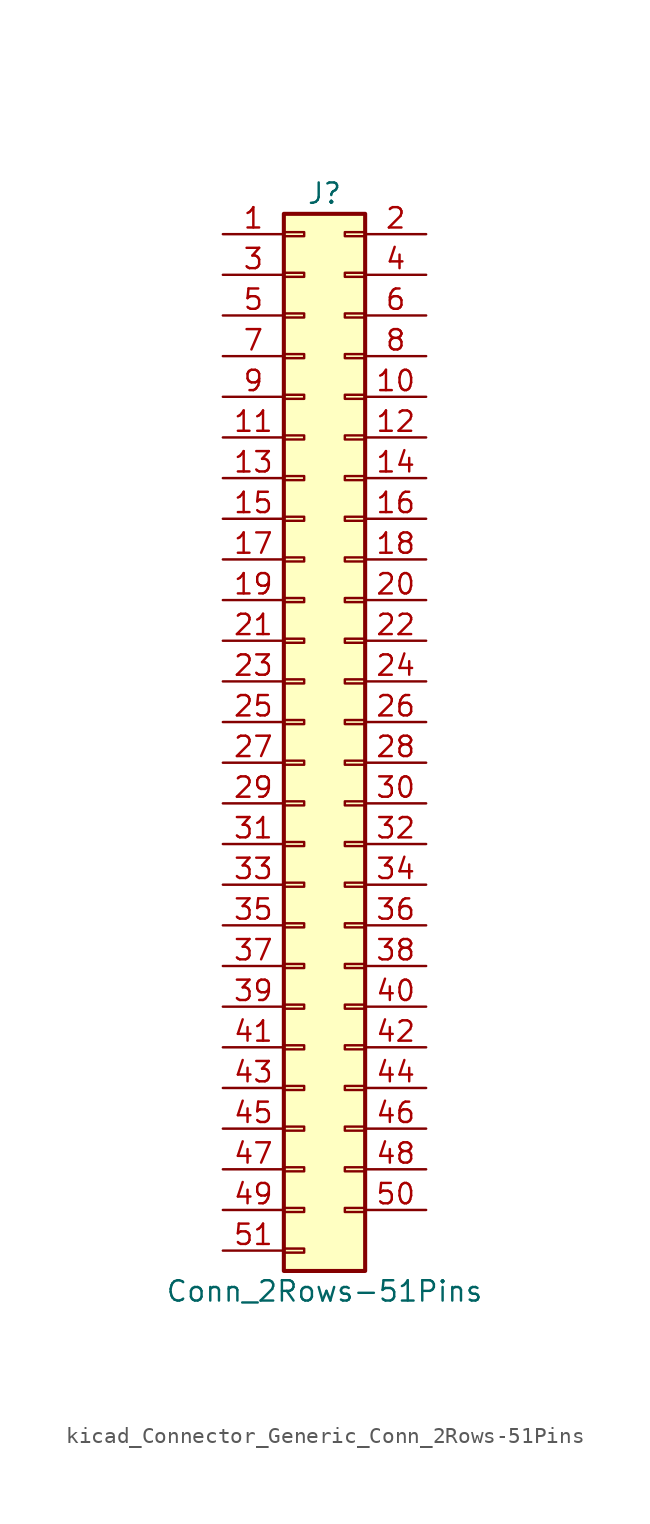
<source format=kicad_sym>
(kicad_symbol_lib
  (version 20220914)
  (generator kicad_symbol_editor)
  (symbol "kicad_Connector_Generic_Conn_2Rows-51Pins"
    (pin_names
      (offset 1.016) hide)
    (property "Reference" "J"
      (at 1.27 33.02 0)
      (effects (font (size 1.27 1.27))))
    (property "Value" "Conn_2Rows-51Pins"
      (at 1.27 -35.56 0)
      (effects (font (size 1.27 1.27))))
    (symbol "kicad_Connector_Generic_Conn_2Rows-51Pins_1_1"
      (rectangle (start -1.27 -32.893) (end 0 -33.147) (stroke (width 0.152) (type default)) (fill (type none)))
      (rectangle (start -1.27 -30.353) (end 0 -30.607) (stroke (width 0.152) (type default)) (fill (type none)))
      (rectangle (start -1.27 -27.813) (end 0 -28.067) (stroke (width 0.152) (type default)) (fill (type none)))
      (rectangle (start -1.27 -25.273) (end 0 -25.527) (stroke (width 0.152) (type default)) (fill (type none)))
      (rectangle (start -1.27 -22.733) (end 0 -22.987) (stroke (width 0.152) (type default)) (fill (type none)))
      (rectangle (start -1.27 -20.193) (end 0 -20.447) (stroke (width 0.152) (type default)) (fill (type none)))
      (rectangle (start -1.27 -17.653) (end 0 -17.907) (stroke (width 0.152) (type default)) (fill (type none)))
      (rectangle (start -1.27 -15.113) (end 0 -15.367) (stroke (width 0.152) (type default)) (fill (type none)))
      (rectangle (start -1.27 -12.573) (end 0 -12.827) (stroke (width 0.152) (type default)) (fill (type none)))
      (rectangle (start -1.27 -10.033) (end 0 -10.287) (stroke (width 0.152) (type default)) (fill (type none)))
      (rectangle (start -1.27 -7.493) (end 0 -7.747) (stroke (width 0.152) (type default)) (fill (type none)))
      (rectangle (start -1.27 -4.953) (end 0 -5.207) (stroke (width 0.152) (type default)) (fill (type none)))
      (rectangle (start -1.27 -2.413) (end 0 -2.667) (stroke (width 0.152) (type default)) (fill (type none)))
      (rectangle (start -1.27 0.127) (end 0 -0.127) (stroke (width 0.152) (type default)) (fill (type none)))
      (rectangle (start -1.27 2.667) (end 0 2.413) (stroke (width 0.152) (type default)) (fill (type none)))
      (rectangle (start -1.27 5.207) (end 0 4.953) (stroke (width 0.152) (type default)) (fill (type none)))
      (rectangle (start -1.27 7.747) (end 0 7.493) (stroke (width 0.152) (type default)) (fill (type none)))
      (rectangle (start -1.27 10.287) (end 0 10.033) (stroke (width 0.152) (type default)) (fill (type none)))
      (rectangle (start -1.27 12.827) (end 0 12.573) (stroke (width 0.152) (type default)) (fill (type none)))
      (rectangle (start -1.27 15.367) (end 0 15.113) (stroke (width 0.152) (type default)) (fill (type none)))
      (rectangle (start -1.27 17.907) (end 0 17.653) (stroke (width 0.152) (type default)) (fill (type none)))
      (rectangle (start -1.27 20.447) (end 0 20.193) (stroke (width 0.152) (type default)) (fill (type none)))
      (rectangle (start -1.27 22.987) (end 0 22.733) (stroke (width 0.152) (type default)) (fill (type none)))
      (rectangle (start -1.27 25.527) (end 0 25.273) (stroke (width 0.152) (type default)) (fill (type none)))
      (rectangle (start -1.27 28.067) (end 0 27.813) (stroke (width 0.152) (type default)) (fill (type none)))
      (rectangle (start -1.27 30.607) (end 0 30.353) (stroke (width 0.152) (type default)) (fill (type none)))
      (rectangle (start -1.27 31.75) (end 3.81 -34.29) (stroke (width 0.254) (type default)) (fill (type background)))
      (rectangle (start 3.81 -30.353) (end 2.54 -30.607) (stroke (width 0.152) (type default)) (fill (type none)))
      (rectangle (start 3.81 -27.813) (end 2.54 -28.067) (stroke (width 0.152) (type default)) (fill (type none)))
      (rectangle (start 3.81 -25.273) (end 2.54 -25.527) (stroke (width 0.152) (type default)) (fill (type none)))
      (rectangle (start 3.81 -22.733) (end 2.54 -22.987) (stroke (width 0.152) (type default)) (fill (type none)))
      (rectangle (start 3.81 -20.193) (end 2.54 -20.447) (stroke (width 0.152) (type default)) (fill (type none)))
      (rectangle (start 3.81 -17.653) (end 2.54 -17.907) (stroke (width 0.152) (type default)) (fill (type none)))
      (rectangle (start 3.81 -15.113) (end 2.54 -15.367) (stroke (width 0.152) (type default)) (fill (type none)))
      (rectangle (start 3.81 -12.573) (end 2.54 -12.827) (stroke (width 0.152) (type default)) (fill (type none)))
      (rectangle (start 3.81 -10.033) (end 2.54 -10.287) (stroke (width 0.152) (type default)) (fill (type none)))
      (rectangle (start 3.81 -7.493) (end 2.54 -7.747) (stroke (width 0.152) (type default)) (fill (type none)))
      (rectangle (start 3.81 -4.953) (end 2.54 -5.207) (stroke (width 0.152) (type default)) (fill (type none)))
      (rectangle (start 3.81 -2.413) (end 2.54 -2.667) (stroke (width 0.152) (type default)) (fill (type none)))
      (rectangle (start 3.81 0.127) (end 2.54 -0.127) (stroke (width 0.152) (type default)) (fill (type none)))
      (rectangle (start 3.81 2.667) (end 2.54 2.413) (stroke (width 0.152) (type default)) (fill (type none)))
      (rectangle (start 3.81 5.207) (end 2.54 4.953) (stroke (width 0.152) (type default)) (fill (type none)))
      (rectangle (start 3.81 7.747) (end 2.54 7.493) (stroke (width 0.152) (type default)) (fill (type none)))
      (rectangle (start 3.81 10.287) (end 2.54 10.033) (stroke (width 0.152) (type default)) (fill (type none)))
      (rectangle (start 3.81 12.827) (end 2.54 12.573) (stroke (width 0.152) (type default)) (fill (type none)))
      (rectangle (start 3.81 15.367) (end 2.54 15.113) (stroke (width 0.152) (type default)) (fill (type none)))
      (rectangle (start 3.81 17.907) (end 2.54 17.653) (stroke (width 0.152) (type default)) (fill (type none)))
      (rectangle (start 3.81 20.447) (end 2.54 20.193) (stroke (width 0.152) (type default)) (fill (type none)))
      (rectangle (start 3.81 22.987) (end 2.54 22.733) (stroke (width 0.152) (type default)) (fill (type none)))
      (rectangle (start 3.81 25.527) (end 2.54 25.273) (stroke (width 0.152) (type default)) (fill (type none)))
      (rectangle (start 3.81 28.067) (end 2.54 27.813) (stroke (width 0.152) (type default)) (fill (type none)))
      (rectangle (start 3.81 30.607) (end 2.54 30.353) (stroke (width 0.152) (type default)) (fill (type none)))
      (pin passive line (at -5.08 30.48 0) (length 3.81) (name "Pin_1" (effects (font (size 1.27 1.27)))) (number "1" (effects (font (size 1.27 1.27)))))
      (pin passive line (at 7.62 20.32 180) (length 3.81) (name "Pin_10" (effects (font (size 1.27 1.27)))) (number "10" (effects (font (size 1.27 1.27)))))
      (pin passive line (at -5.08 17.78 0) (length 3.81) (name "Pin_11" (effects (font (size 1.27 1.27)))) (number "11" (effects (font (size 1.27 1.27)))))
      (pin passive line (at 7.62 17.78 180) (length 3.81) (name "Pin_12" (effects (font (size 1.27 1.27)))) (number "12" (effects (font (size 1.27 1.27)))))
      (pin passive line (at -5.08 15.24 0) (length 3.81) (name "Pin_13" (effects (font (size 1.27 1.27)))) (number "13" (effects (font (size 1.27 1.27)))))
      (pin passive line (at 7.62 15.24 180) (length 3.81) (name "Pin_14" (effects (font (size 1.27 1.27)))) (number "14" (effects (font (size 1.27 1.27)))))
      (pin passive line (at -5.08 12.7 0) (length 3.81) (name "Pin_15" (effects (font (size 1.27 1.27)))) (number "15" (effects (font (size 1.27 1.27)))))
      (pin passive line (at 7.62 12.7 180) (length 3.81) (name "Pin_16" (effects (font (size 1.27 1.27)))) (number "16" (effects (font (size 1.27 1.27)))))
      (pin passive line (at -5.08 10.16 0) (length 3.81) (name "Pin_17" (effects (font (size 1.27 1.27)))) (number "17" (effects (font (size 1.27 1.27)))))
      (pin passive line (at 7.62 10.16 180) (length 3.81) (name "Pin_18" (effects (font (size 1.27 1.27)))) (number "18" (effects (font (size 1.27 1.27)))))
      (pin passive line (at -5.08 7.62 0) (length 3.81) (name "Pin_19" (effects (font (size 1.27 1.27)))) (number "19" (effects (font (size 1.27 1.27)))))
      (pin passive line (at 7.62 30.48 180) (length 3.81) (name "Pin_2" (effects (font (size 1.27 1.27)))) (number "2" (effects (font (size 1.27 1.27)))))
      (pin passive line (at 7.62 7.62 180) (length 3.81) (name "Pin_20" (effects (font (size 1.27 1.27)))) (number "20" (effects (font (size 1.27 1.27)))))
      (pin passive line (at -5.08 5.08 0) (length 3.81) (name "Pin_21" (effects (font (size 1.27 1.27)))) (number "21" (effects (font (size 1.27 1.27)))))
      (pin passive line (at 7.62 5.08 180) (length 3.81) (name "Pin_22" (effects (font (size 1.27 1.27)))) (number "22" (effects (font (size 1.27 1.27)))))
      (pin passive line (at -5.08 2.54 0) (length 3.81) (name "Pin_23" (effects (font (size 1.27 1.27)))) (number "23" (effects (font (size 1.27 1.27)))))
      (pin passive line (at 7.62 2.54 180) (length 3.81) (name "Pin_24" (effects (font (size 1.27 1.27)))) (number "24" (effects (font (size 1.27 1.27)))))
      (pin passive line (at -5.08 0 0) (length 3.81) (name "Pin_25" (effects (font (size 1.27 1.27)))) (number "25" (effects (font (size 1.27 1.27)))))
      (pin passive line (at 7.62 0 180) (length 3.81) (name "Pin_26" (effects (font (size 1.27 1.27)))) (number "26" (effects (font (size 1.27 1.27)))))
      (pin passive line (at -5.08 -2.54 0) (length 3.81) (name "Pin_27" (effects (font (size 1.27 1.27)))) (number "27" (effects (font (size 1.27 1.27)))))
      (pin passive line (at 7.62 -2.54 180) (length 3.81) (name "Pin_28" (effects (font (size 1.27 1.27)))) (number "28" (effects (font (size 1.27 1.27)))))
      (pin passive line (at -5.08 -5.08 0) (length 3.81) (name "Pin_29" (effects (font (size 1.27 1.27)))) (number "29" (effects (font (size 1.27 1.27)))))
      (pin passive line (at -5.08 27.94 0) (length 3.81) (name "Pin_3" (effects (font (size 1.27 1.27)))) (number "3" (effects (font (size 1.27 1.27)))))
      (pin passive line (at 7.62 -5.08 180) (length 3.81) (name "Pin_30" (effects (font (size 1.27 1.27)))) (number "30" (effects (font (size 1.27 1.27)))))
      (pin passive line (at -5.08 -7.62 0) (length 3.81) (name "Pin_31" (effects (font (size 1.27 1.27)))) (number "31" (effects (font (size 1.27 1.27)))))
      (pin passive line (at 7.62 -7.62 180) (length 3.81) (name "Pin_32" (effects (font (size 1.27 1.27)))) (number "32" (effects (font (size 1.27 1.27)))))
      (pin passive line (at -5.08 -10.16 0) (length 3.81) (name "Pin_33" (effects (font (size 1.27 1.27)))) (number "33" (effects (font (size 1.27 1.27)))))
      (pin passive line (at 7.62 -10.16 180) (length 3.81) (name "Pin_34" (effects (font (size 1.27 1.27)))) (number "34" (effects (font (size 1.27 1.27)))))
      (pin passive line (at -5.08 -12.7 0) (length 3.81) (name "Pin_35" (effects (font (size 1.27 1.27)))) (number "35" (effects (font (size 1.27 1.27)))))
      (pin passive line (at 7.62 -12.7 180) (length 3.81) (name "Pin_36" (effects (font (size 1.27 1.27)))) (number "36" (effects (font (size 1.27 1.27)))))
      (pin passive line (at -5.08 -15.24 0) (length 3.81) (name "Pin_37" (effects (font (size 1.27 1.27)))) (number "37" (effects (font (size 1.27 1.27)))))
      (pin passive line (at 7.62 -15.24 180) (length 3.81) (name "Pin_38" (effects (font (size 1.27 1.27)))) (number "38" (effects (font (size 1.27 1.27)))))
      (pin passive line (at -5.08 -17.78 0) (length 3.81) (name "Pin_39" (effects (font (size 1.27 1.27)))) (number "39" (effects (font (size 1.27 1.27)))))
      (pin passive line (at 7.62 27.94 180) (length 3.81) (name "Pin_4" (effects (font (size 1.27 1.27)))) (number "4" (effects (font (size 1.27 1.27)))))
      (pin passive line (at 7.62 -17.78 180) (length 3.81) (name "Pin_40" (effects (font (size 1.27 1.27)))) (number "40" (effects (font (size 1.27 1.27)))))
      (pin passive line (at -5.08 -20.32 0) (length 3.81) (name "Pin_41" (effects (font (size 1.27 1.27)))) (number "41" (effects (font (size 1.27 1.27)))))
      (pin passive line (at 7.62 -20.32 180) (length 3.81) (name "Pin_42" (effects (font (size 1.27 1.27)))) (number "42" (effects (font (size 1.27 1.27)))))
      (pin passive line (at -5.08 -22.86 0) (length 3.81) (name "Pin_43" (effects (font (size 1.27 1.27)))) (number "43" (effects (font (size 1.27 1.27)))))
      (pin passive line (at 7.62 -22.86 180) (length 3.81) (name "Pin_44" (effects (font (size 1.27 1.27)))) (number "44" (effects (font (size 1.27 1.27)))))
      (pin passive line (at -5.08 -25.4 0) (length 3.81) (name "Pin_45" (effects (font (size 1.27 1.27)))) (number "45" (effects (font (size 1.27 1.27)))))
      (pin passive line (at 7.62 -25.4 180) (length 3.81) (name "Pin_46" (effects (font (size 1.27 1.27)))) (number "46" (effects (font (size 1.27 1.27)))))
      (pin passive line (at -5.08 -27.94 0) (length 3.81) (name "Pin_47" (effects (font (size 1.27 1.27)))) (number "47" (effects (font (size 1.27 1.27)))))
      (pin passive line (at 7.62 -27.94 180) (length 3.81) (name "Pin_48" (effects (font (size 1.27 1.27)))) (number "48" (effects (font (size 1.27 1.27)))))
      (pin passive line (at -5.08 -30.48 0) (length 3.81) (name "Pin_49" (effects (font (size 1.27 1.27)))) (number "49" (effects (font (size 1.27 1.27)))))
      (pin passive line (at -5.08 25.4 0) (length 3.81) (name "Pin_5" (effects (font (size 1.27 1.27)))) (number "5" (effects (font (size 1.27 1.27)))))
      (pin passive line (at 7.62 -30.48 180) (length 3.81) (name "Pin_50" (effects (font (size 1.27 1.27)))) (number "50" (effects (font (size 1.27 1.27)))))
      (pin passive line (at -5.08 -33.02 0) (length 3.81) (name "Pin_51" (effects (font (size 1.27 1.27)))) (number "51" (effects (font (size 1.27 1.27)))))
      (pin passive line (at 7.62 25.4 180) (length 3.81) (name "Pin_6" (effects (font (size 1.27 1.27)))) (number "6" (effects (font (size 1.27 1.27)))))
      (pin passive line (at -5.08 22.86 0) (length 3.81) (name "Pin_7" (effects (font (size 1.27 1.27)))) (number "7" (effects (font (size 1.27 1.27)))))
      (pin passive line (at 7.62 22.86 180) (length 3.81) (name "Pin_8" (effects (font (size 1.27 1.27)))) (number "8" (effects (font (size 1.27 1.27)))))
      (pin passive line (at -5.08 20.32 0) (length 3.81) (name "Pin_9" (effects (font (size 1.27 1.27)))) (number "9" (effects (font (size 1.27 1.27))))))))
</source>
